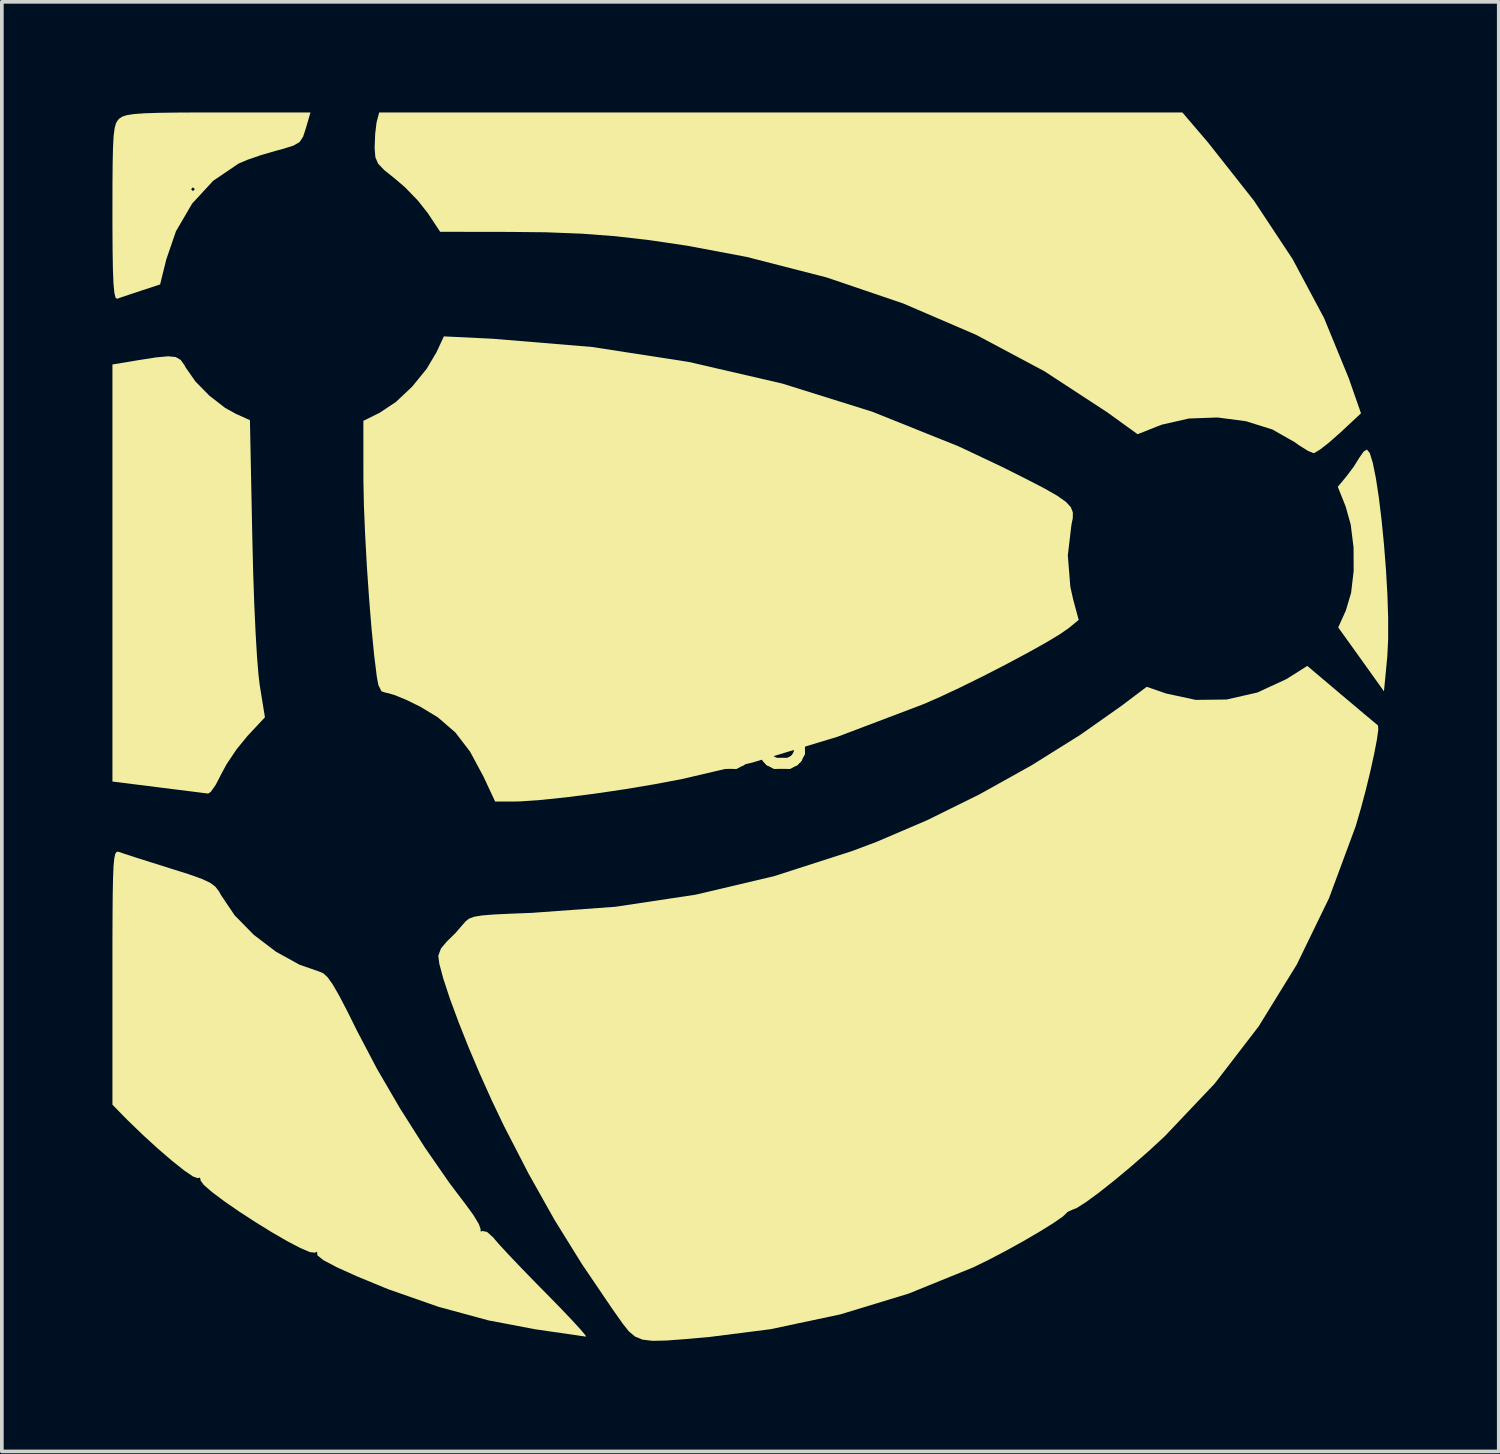
<source format=kicad_pcb>
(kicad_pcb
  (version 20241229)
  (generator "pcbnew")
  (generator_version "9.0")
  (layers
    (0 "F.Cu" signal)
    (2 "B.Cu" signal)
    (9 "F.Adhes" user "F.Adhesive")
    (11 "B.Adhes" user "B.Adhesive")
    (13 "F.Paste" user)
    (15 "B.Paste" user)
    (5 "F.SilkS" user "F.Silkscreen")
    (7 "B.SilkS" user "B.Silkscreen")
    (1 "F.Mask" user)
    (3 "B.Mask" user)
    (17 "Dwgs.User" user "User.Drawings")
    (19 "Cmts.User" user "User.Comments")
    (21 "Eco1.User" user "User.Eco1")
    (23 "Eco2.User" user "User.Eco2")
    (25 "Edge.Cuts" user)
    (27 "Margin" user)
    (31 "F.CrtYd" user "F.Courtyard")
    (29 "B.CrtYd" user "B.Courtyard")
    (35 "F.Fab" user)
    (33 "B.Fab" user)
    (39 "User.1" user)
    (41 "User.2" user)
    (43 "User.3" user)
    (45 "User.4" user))
  (footprint "35"
    (layer "F.Cu")
    (at 17.475 16.967)
    (property "Reference" "35" (at 0 0 0) (layer "F.SilkS") (effects (font (size 1.524 1.524) (thickness 0.3))))
    (attr board_only exclude_from_pos_files exclude_from_bom)
    (fp_poly (pts (xy 16.633 -7.727) (xy 16.716 -7.457) (xy 16.799 -7.045) (xy 16.879 -6.52) (xy 16.953 -5.912) (xy 17.018 -5.252) (xy 17.072 -4.569) (xy 17.111 -3.894) (xy 17.132 -3.257) (xy 17.132 -2.688) (xy 17.109 -2.218) (xy 17.106 -2.181) (xy 17.018 -1.264) (xy 16.398 -2.131) (xy 15.777 -2.997) (xy 15.984 -3.454) (xy 16.126 -3.932) (xy 16.196 -4.527) (xy 16.193 -5.168) (xy 16.117 -5.783) (xy 15.979 -6.276) (xy 15.766 -6.812) (xy 15.996 -7.089) (xy 16.193 -7.35) (xy 16.345 -7.593) (xy 16.346 -7.595) (xy 16.467 -7.768) (xy 16.553 -7.823)) (stroke (width 0) (type solid)) (fill yes) (layer "F.SilkS"))
    (fp_poly (pts (xy -15.757 -10.331) (xy -15.623 -10.253) (xy -15.522 -10.111) (xy -15.487 -10.046) (xy -15.223 -9.668) (xy -14.843 -9.281) (xy -14.419 -8.953) (xy -14.136 -8.795) (xy -13.745 -8.618) (xy -13.681 -5.452) (xy -13.658 -4.511) (xy -13.628 -3.637) (xy -13.592 -2.858) (xy -13.553 -2.202) (xy -13.512 -1.699) (xy -13.478 -1.422) (xy -13.338 -0.559) (xy -13.813 -0.051) (xy -14.108 0.31) (xy -14.38 0.716) (xy -14.528 0.991) (xy -14.675 1.276) (xy -14.807 1.464) (xy -14.877 1.51) (xy -15.015 1.493) (xy -15.312 1.455) (xy -15.724 1.404) (xy -16.209 1.343) (xy -16.231 1.34) (xy -17.475 1.184) (xy -17.475 -10.13) (xy -16.77 -10.247) (xy -16.288 -10.322) (xy -15.964 -10.352)) (stroke (width 0) (type solid)) (fill yes) (layer "F.SilkS"))
    (fp_poly (pts (xy -12.228 -16.537) (xy -12.302 -16.31) (xy -12.396 -16.166) (xy -12.56 -16.069) (xy -12.845 -15.979) (xy -13.041 -15.927) (xy -13.446 -15.809) (xy -13.818 -15.68) (xy -14.053 -15.58) (xy -14.742 -15.113) (xy -15.314 -14.493) (xy -15.752 -13.743) (xy -16.014 -12.981) (xy -16.182 -12.301) (xy -16.702 -12.13) (xy -17.018 -12.025) (xy -17.264 -11.942) (xy -17.348 -11.912) (xy -17.39 -11.939) (xy -17.422 -12.067) (xy -17.446 -12.315) (xy -17.462 -12.702) (xy -17.471 -13.248) (xy -17.475 -13.972) (xy -17.475 -14.248) (xy -17.474 -14.884) (xy -15.342 -14.884) (xy -15.291 -14.834) (xy -15.24 -14.884) (xy -15.291 -14.935) (xy -15.342 -14.884) (xy -17.474 -14.884) (xy -17.474 -15.01) (xy -17.469 -15.594) (xy -17.459 -16.027) (xy -17.442 -16.334) (xy -17.415 -16.542) (xy -17.378 -16.675) (xy -17.327 -16.76) (xy -17.289 -16.799) (xy -17.209 -16.852) (xy -17.085 -16.893) (xy -16.891 -16.923) (xy -16.604 -16.944) (xy -16.197 -16.957) (xy -15.646 -16.964) (xy -14.926 -16.967) (xy -14.603 -16.967) (xy -12.103 -16.967)) (stroke (width 0) (type solid)) (fill yes) (layer "F.SilkS"))
    (fp_poly (pts (xy 12.241 -16.157) (xy 13.489 -14.576) (xy 14.539 -12.989) (xy 15.394 -11.387) (xy 16.06 -9.764) (xy 16.064 -9.754) (xy 16.395 -8.805) (xy 15.813 -8.263) (xy 15.522 -8.007) (xy 15.278 -7.817) (xy 15.125 -7.727) (xy 15.108 -7.724) (xy 14.96 -7.784) (xy 14.724 -7.931) (xy 14.592 -8.025) (xy 13.992 -8.366) (xy 13.277 -8.59) (xy 12.503 -8.692) (xy 11.726 -8.664) (xy 11.003 -8.5) (xy 10.882 -8.455) (xy 10.335 -8.238) (xy 9.511 -8.833) (xy 7.804 -9.948) (xy 5.954 -10.934) (xy 3.978 -11.784) (xy 1.898 -12.491) (xy -0.268 -13.047) (xy -1.88 -13.351) (xy -2.9 -13.502) (xy -3.829 -13.609) (xy -4.742 -13.678) (xy -5.714 -13.716) (xy -6.706 -13.726) (xy -8.585 -13.729) (xy -8.918 -14.233) (xy -9.186 -14.573) (xy -9.536 -14.934) (xy -9.806 -15.166) (xy -10.101 -15.402) (xy -10.268 -15.577) (xy -10.342 -15.748) (xy -10.361 -15.974) (xy -10.361 -16.053) (xy -10.347 -16.39) (xy -10.313 -16.676) (xy -10.299 -16.739) (xy -10.238 -16.967) (xy 11.549 -16.967)) (stroke (width 0) (type solid)) (fill yes) (layer "F.SilkS"))
    (fp_poly (pts (xy -7.163 -10.828) (xy -4.46 -10.604) (xy -1.839 -10.198) (xy 0.696 -9.612) (xy 3.141 -8.847) (xy 5.492 -7.903) (xy 6.655 -7.353) (xy 7.309 -7.025) (xy 7.803 -6.77) (xy 8.155 -6.569) (xy 8.388 -6.405) (xy 8.522 -6.261) (xy 8.578 -6.12) (xy 8.577 -5.964) (xy 8.539 -5.774) (xy 8.539 -5.773) (xy 8.442 -4.951) (xy 8.51 -4.101) (xy 8.586 -3.759) (xy 8.737 -3.2) (xy 8.458 -2.972) (xy 8.214 -2.804) (xy 7.822 -2.57) (xy 7.322 -2.291) (xy 6.75 -1.986) (xy 6.144 -1.675) (xy 5.542 -1.378) (xy 4.981 -1.114) (xy 4.521 -0.913) (xy 2.194 -0.031) (xy -0.119 0.67) (xy -2.009 1.113) (xy -2.762 1.256) (xy -3.567 1.391) (xy -4.379 1.511) (xy -5.151 1.61) (xy -5.839 1.682) (xy -6.397 1.722) (xy -6.619 1.727) (xy -7.093 1.727) (xy -7.411 1.047) (xy -7.774 0.372) (xy -8.172 -0.147) (xy -8.648 -0.558) (xy -9.127 -0.848) (xy -9.491 -1.026) (xy -9.806 -1.157) (xy -10.015 -1.218) (xy -10.036 -1.219) (xy -10.175 -1.263) (xy -10.259 -1.427) (xy -10.302 -1.651) (xy -10.374 -2.231) (xy -10.446 -2.961) (xy -10.513 -3.787) (xy -10.573 -4.656) (xy -10.62 -5.514) (xy -10.653 -6.308) (xy -10.667 -6.984) (xy -10.667 -7.069) (xy -10.668 -8.6) (xy -10.216 -8.826) (xy -9.784 -9.114) (xy -9.343 -9.53) (xy -8.953 -10.009) (xy -8.685 -10.46) (xy -8.484 -10.892)) (stroke (width 0) (type solid)) (fill yes) (layer "F.SilkS"))
    (fp_poly (pts (xy 15.876 -1.16) (xy 16.242 -0.852) (xy 16.548 -0.594) (xy 16.764 -0.414) (xy 16.856 -0.337) (xy 16.856 -0.337) (xy 16.864 -0.221) (xy 16.826 0.051) (xy 16.751 0.439) (xy 16.649 0.904) (xy 16.527 1.405) (xy 16.395 1.903) (xy 16.262 2.358) (xy 16.242 2.421) (xy 15.529 4.345) (xy 14.654 6.147) (xy 13.619 7.826) (xy 12.426 9.378) (xy 11.075 10.803) (xy 11.075 10.804) (xy 10.629 11.215) (xy 10.162 11.623) (xy 9.705 12.004) (xy 9.286 12.335) (xy 8.934 12.594) (xy 8.678 12.756) (xy 8.559 12.802) (xy 8.427 12.862) (xy 8.416 12.88) (xy 8.303 12.987) (xy 8.046 13.165) (xy 7.68 13.392) (xy 7.243 13.647) (xy 6.771 13.909) (xy 6.299 14.156) (xy 5.876 14.363) (xy 4.125 15.074) (xy 2.273 15.638) (xy 0.374 16.041) (xy -1.27 16.25) (xy -1.945 16.31) (xy -2.452 16.348) (xy -2.823 16.356) (xy -3.093 16.324) (xy -3.296 16.242) (xy -3.465 16.1) (xy -3.634 15.888) (xy -3.838 15.598) (xy -3.912 15.493) (xy -4.738 14.275) (xy -5.483 13.074) (xy -6.189 11.816) (xy -6.859 10.516) (xy -7.189 9.824) (xy -7.513 9.103) (xy -7.818 8.383) (xy -8.091 7.695) (xy -8.322 7.07) (xy -8.497 6.539) (xy -8.606 6.134) (xy -8.636 5.913) (xy -8.564 5.714) (xy -8.407 5.527) (xy -8.17 5.294) (xy -7.974 5.068) (xy -7.891 4.972) (xy -7.797 4.901) (xy -7.659 4.851) (xy -7.444 4.816) (xy -7.119 4.79) (xy -6.654 4.768) (xy -6.094 4.746) (xy -3.83 4.581) (xy -1.654 4.253) (xy 0.473 3.751) (xy 2.594 3.068) (xy 3.251 2.821) (xy 4.626 2.233) (xy 6.05 1.529) (xy 7.458 0.744) (xy 8.787 -0.087) (xy 9.888 -0.863) (xy 10.582 -1.386) (xy 11.108 -1.204) (xy 11.911 -1.031) (xy 12.749 -1.041) (xy 13.58 -1.23) (xy 14.364 -1.591) (xy 14.454 -1.647) (xy 14.938 -1.953)) (stroke (width 0) (type solid)) (fill yes) (layer "F.SilkS"))
    (fp_poly (pts (xy -17.299 3.094) (xy -17.137 3.149) (xy -16.826 3.25) (xy -16.409 3.382) (xy -15.931 3.532) (xy -15.917 3.537) (xy -15.409 3.697) (xy -15.059 3.821) (xy -14.831 3.927) (xy -14.685 4.034) (xy -14.586 4.162) (xy -14.528 4.267) (xy -14.159 4.814) (xy -13.643 5.34) (xy -13.038 5.801) (xy -12.398 6.154) (xy -11.87 6.337) (xy -11.758 6.384) (xy -11.641 6.49) (xy -11.505 6.679) (xy -11.332 6.977) (xy -11.106 7.41) (xy -10.834 7.958) (xy -10.298 8.978) (xy -9.674 10.05) (xy -9.003 11.107) (xy -8.328 12.081) (xy -7.903 12.642) (xy -7.683 12.943) (xy -7.535 13.189) (xy -7.485 13.332) (xy -7.489 13.344) (xy -7.483 13.395) (xy -7.441 13.375) (xy -7.313 13.402) (xy -7.143 13.554) (xy -7.116 13.588) (xy -6.972 13.755) (xy -6.714 14.033) (xy -6.372 14.392) (xy -5.975 14.8) (xy -5.717 15.062) (xy -5.331 15.456) (xy -5.009 15.794) (xy -4.773 16.052) (xy -4.643 16.207) (xy -4.629 16.242) (xy -4.796 16.218) (xy -4.978 16.191) (xy -5.203 16.158) (xy -5.555 16.108) (xy -5.963 16.049) (xy -5.994 16.045) (xy -7.277 15.801) (xy -8.627 15.434) (xy -9.968 14.965) (xy -10.109 14.909) (xy -10.845 14.605) (xy -11.392 14.358) (xy -11.748 14.17) (xy -11.913 14.039) (xy -11.92 13.992) (xy -11.921 13.937) (xy -11.981 13.965) (xy -12.118 13.949) (xy -12.38 13.837) (xy -12.737 13.65) (xy -13.153 13.409) (xy -13.597 13.135) (xy -14.037 12.849) (xy -14.438 12.572) (xy -14.769 12.324) (xy -14.996 12.128) (xy -15.087 12.002) (xy -15.084 11.983) (xy -15.103 11.929) (xy -15.164 11.942) (xy -15.29 11.897) (xy -15.53 11.733) (xy -15.856 11.474) (xy -16.239 11.145) (xy -16.65 10.77) (xy -17.06 10.373) (xy -17.186 10.246) (xy -17.475 9.95) (xy -17.475 6.488) (xy -17.475 5.558) (xy -17.472 4.811) (xy -17.467 4.228) (xy -17.458 3.79) (xy -17.445 3.477) (xy -17.425 3.27) (xy -17.399 3.149) (xy -17.365 3.094) (xy -17.322 3.087)) (stroke (width 0) (type solid)) (fill yes) (layer "F.SilkS")))
  (gr_rect
    (start -3 -3)
    (end 37.607 36.323)
    (stroke (width 0.1) (type default))
    (fill no)
    (layer "Edge.Cuts")))
</source>
